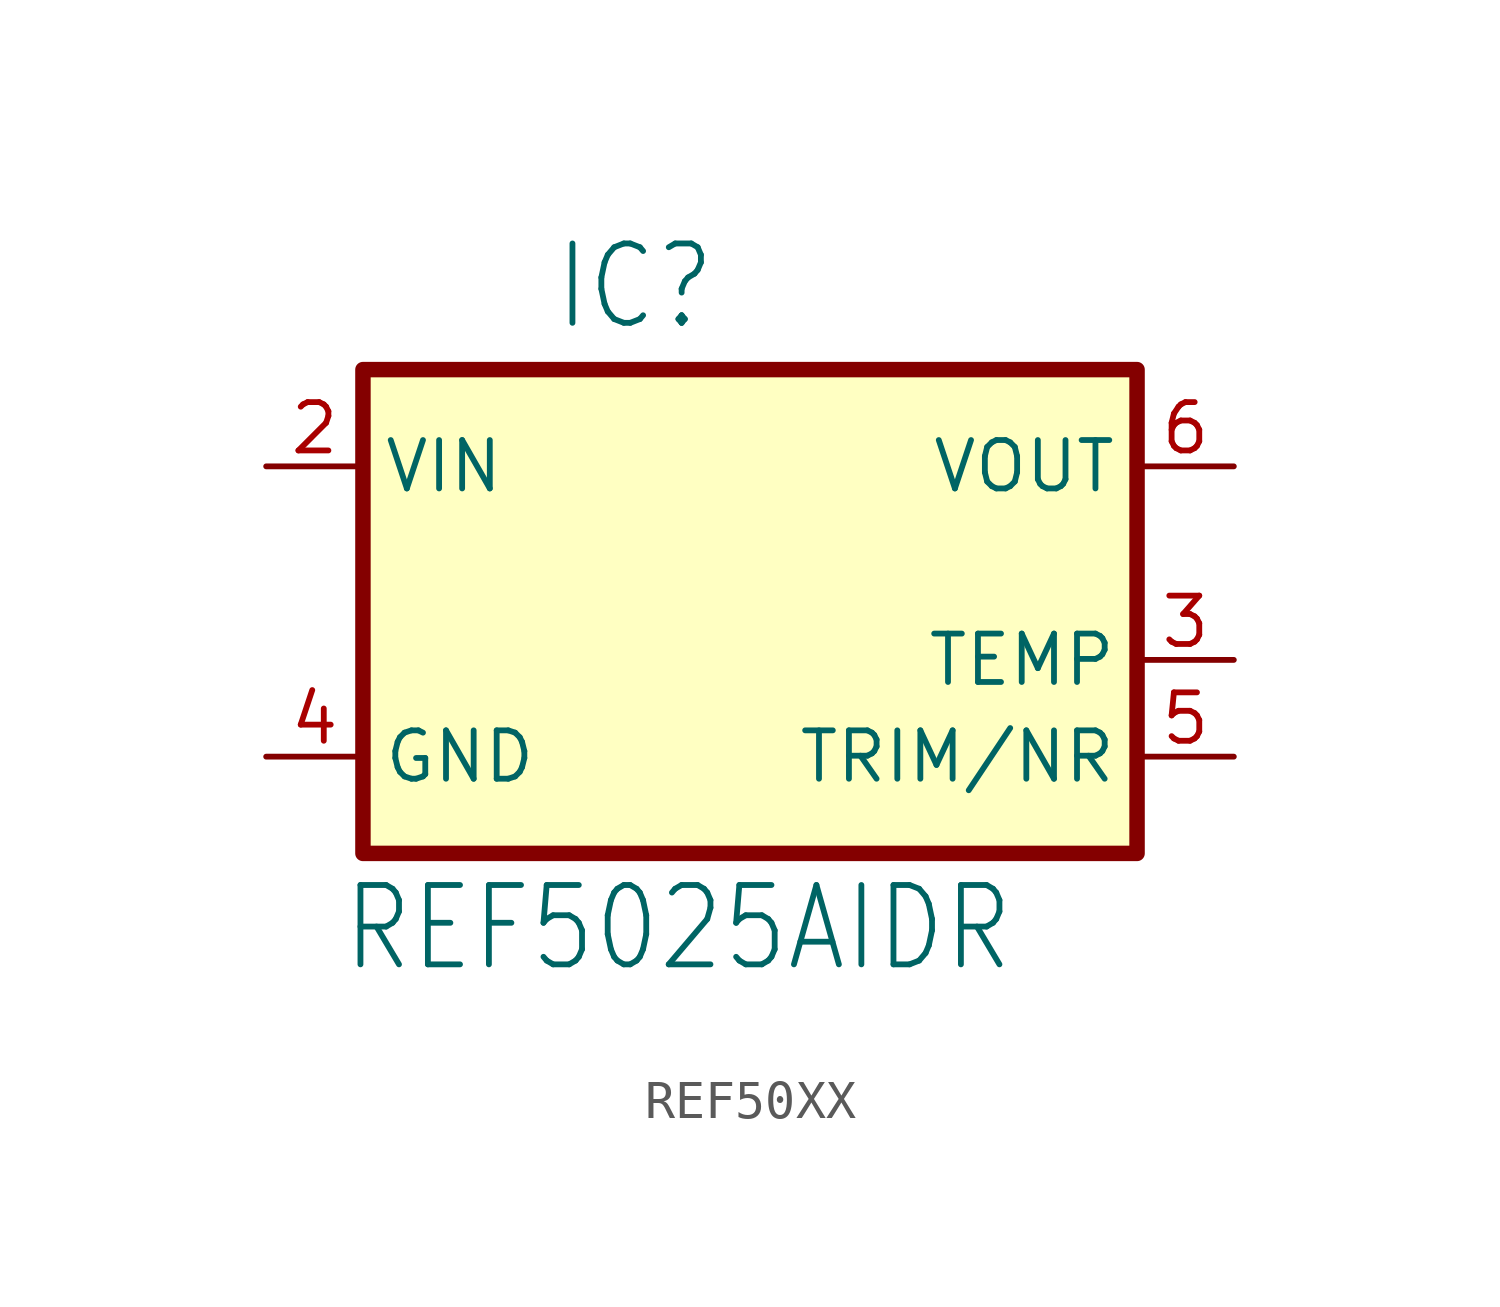
<source format=kicad_sym>
(kicad_symbol_lib
  (version 20220914)
  (generator kicad_symbol_editor)
  (symbol "REF50XX"
    (property "Reference" "IC"
      (at -5.182 8.585 0)
      (effects (font (size 2.083 1.77)) (justify left bottom)))
    (property "Value" "REF5025AIDR"
      (at 6.985 -8.255 0)
      (effects (font (size 2.083 1.77)) (justify right bottom)))
    (symbol "REF50XX_1_0"
      (pin no_connect line (at -12.7 2.54 0) (length 2.54) hide (name "DNC" (effects (font (size 1.27 1.27)))) (number "1" (effects (font (size 1.27 1.27)))))
      (pin passive line (at -12.7 5.08 0) (length 2.54) (name "VIN" (effects (font (size 1.27 1.27)))) (number "2" (effects (font (size 1.27 1.27)))))
      (pin input line (at 12.7 0 180) (length 2.54) (name "TEMP" (effects (font (size 1.27 1.27)))) (number "3" (effects (font (size 1.27 1.27)))))
      (pin passive line (at -12.7 -2.54 0) (length 2.54) (name "GND" (effects (font (size 1.27 1.27)))) (number "4" (effects (font (size 1.27 1.27)))))
      (pin input line (at 12.7 -2.54 180) (length 2.54) (name "TRIM/NR" (effects (font (size 1.27 1.27)))) (number "5" (effects (font (size 1.27 1.27)))))
      (pin output line (at 12.7 5.08 180) (length 2.54) (name "VOUT" (effects (font (size 1.27 1.27)))) (number "6" (effects (font (size 1.27 1.27)))))
      (pin no_connect line (at 12.7 2.54 180) (length 2.54) hide (name "NC" (effects (font (size 1.27 1.27)))) (number "7" (effects (font (size 1.27 1.27)))))
      (pin no_connect line (at -12.7 0 0) (length 2.54) hide (name "DNC" (effects (font (size 1.27 1.27)))) (number "8" (effects (font (size 1.27 1.27))))))
    (symbol "REF50XX_1_1"
      (rectangle (start -10.16 7.62) (end 10.16 -5.08) (stroke (width 0.406) (type default)) (fill (type background))))))
</source>
